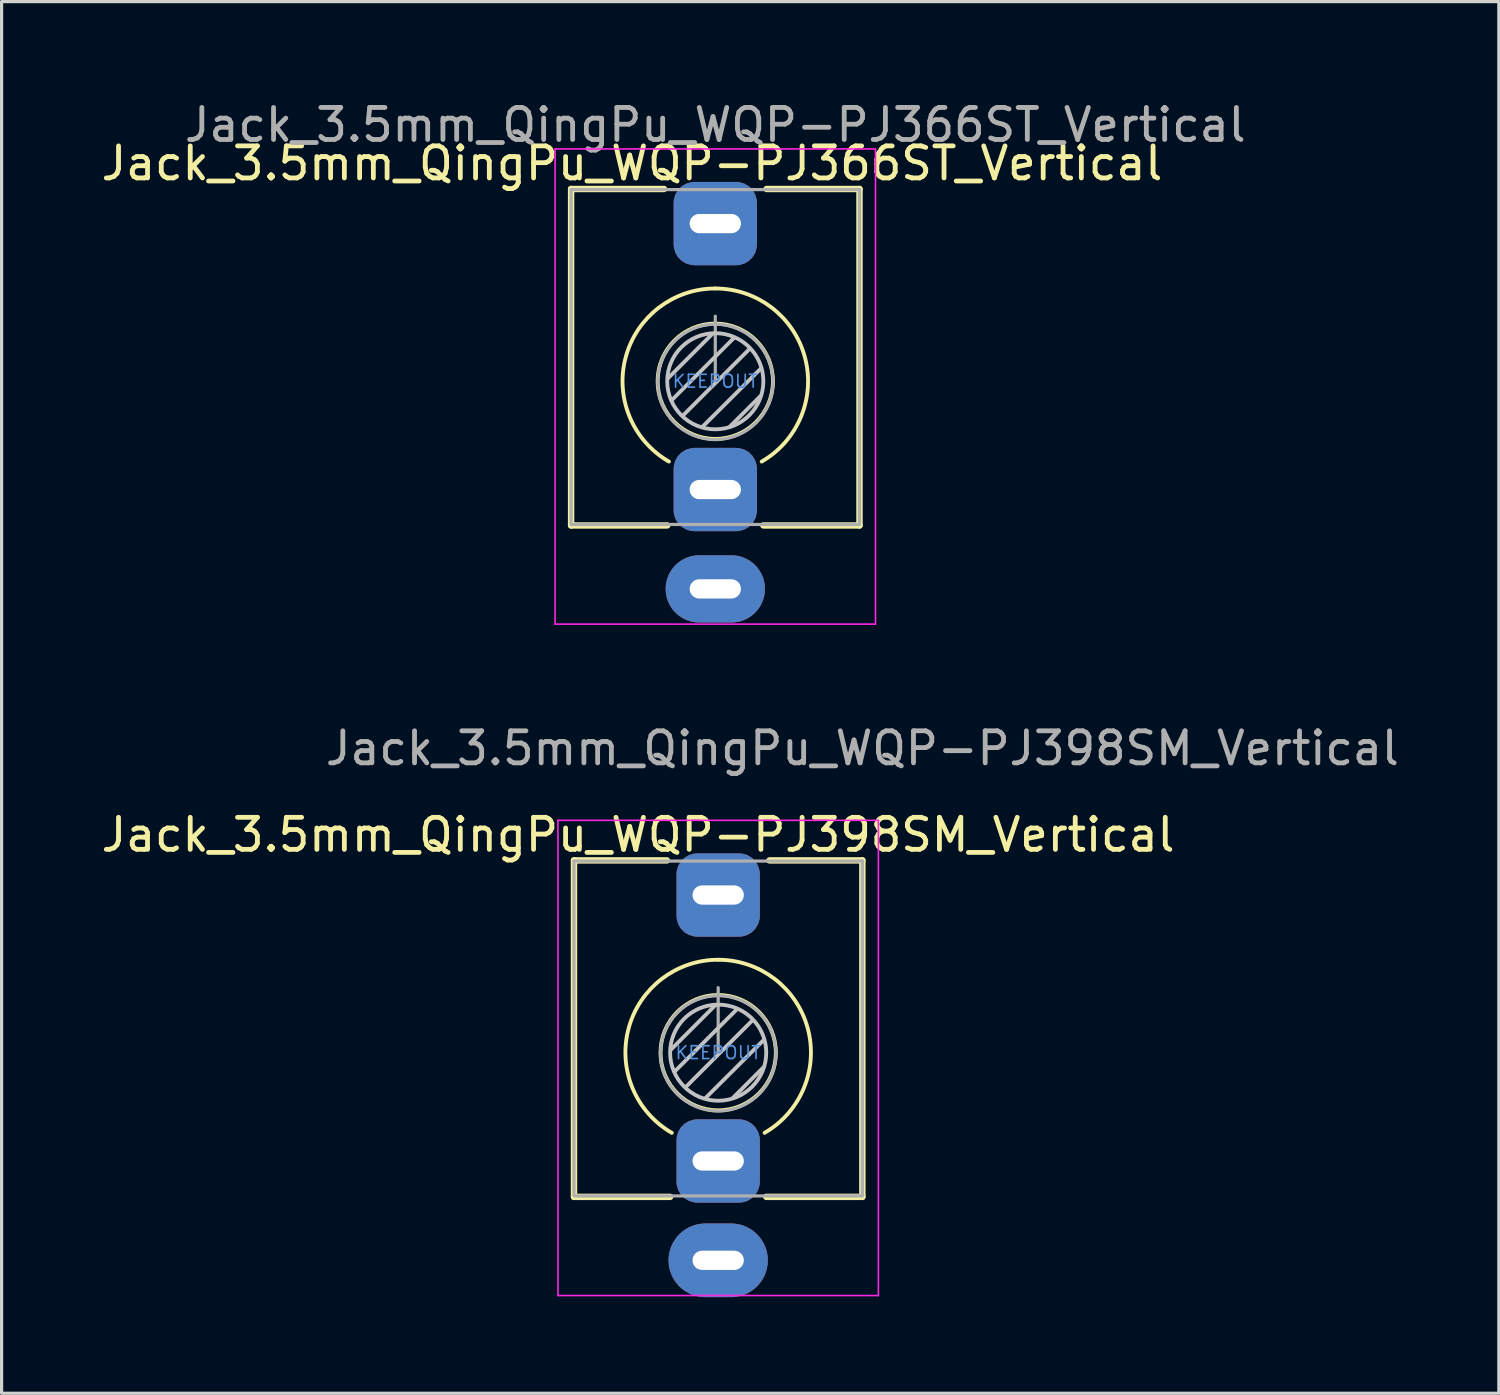
<source format=kicad_pcb>
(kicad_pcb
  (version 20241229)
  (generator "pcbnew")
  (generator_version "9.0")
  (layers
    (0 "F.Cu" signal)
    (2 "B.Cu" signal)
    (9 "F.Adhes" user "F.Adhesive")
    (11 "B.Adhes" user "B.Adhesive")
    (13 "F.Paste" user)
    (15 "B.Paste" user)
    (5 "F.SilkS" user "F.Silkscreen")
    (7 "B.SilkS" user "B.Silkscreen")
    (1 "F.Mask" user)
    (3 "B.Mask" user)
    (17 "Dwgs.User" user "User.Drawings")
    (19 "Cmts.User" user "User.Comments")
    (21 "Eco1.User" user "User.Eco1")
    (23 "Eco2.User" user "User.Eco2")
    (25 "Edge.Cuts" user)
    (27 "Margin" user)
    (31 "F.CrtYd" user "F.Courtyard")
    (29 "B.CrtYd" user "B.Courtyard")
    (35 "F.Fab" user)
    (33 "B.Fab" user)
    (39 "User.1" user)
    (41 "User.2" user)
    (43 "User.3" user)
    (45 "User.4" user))
  (footprint "Jack_3.5mm_QingPu_WQP-PJ398SM_Vertical"
    (layer "F.Cu")
    (at 19.363 29.802)
    (property "Reference" "Jack_3.5mm_QingPu_WQP-PJ398SM_Vertical" (at -2.5 -6.8 0) (layer "F.SilkS") (effects (font (size 1 1) (thickness 0.15))))
    (attr through_hole)
    (fp_line (start -4.5 -6) (end -1.6 -6) (stroke (width 0.2) (type solid)) (layer "F.SilkS"))
    (fp_line (start -4.5 4.5) (end -4.5 -6) (stroke (width 0.2) (type solid)) (layer "F.SilkS"))
    (fp_line (start -4.5 4.5) (end -1.5 4.5) (stroke (width 0.2) (type solid)) (layer "F.SilkS"))
    (fp_line (start 1.5 4.5) (end 4.5 4.5) (stroke (width 0.2) (type solid)) (layer "F.SilkS"))
    (fp_line (start 1.6 -6) (end 4.5 -6) (stroke (width 0.2) (type solid)) (layer "F.SilkS"))
    (fp_line (start 4.5 4.5) (end 4.5 -6) (stroke (width 0.2) (type solid)) (layer "F.SilkS"))
    (fp_arc (start -1.4475 2.5021) (mid -2.796313 -0.754293) (end 0.000022 -2.899962) (stroke (width 0.12) (type solid)) (layer "F.SilkS"))
    (fp_arc (start 0 -2.9) (mid 2.796355 -0.754281) (end 1.4475 2.502144) (stroke (width 0.12) (type solid)) (layer "F.SilkS"))
    (fp_circle (center 0 0) (end -1.8 0) (stroke (width 0.12) (type solid)) (fill no) (layer "F.SilkS"))
    (fp_line (start -0.09 -1.48) (end -1.48 -0.09) (stroke (width 0.12) (type solid)) (layer "Dwgs.User"))
    (fp_line (start 0.58 -1.35) (end -1.36 0.59) (stroke (width 0.12) (type solid)) (layer "Dwgs.User"))
    (fp_line (start 1.07 -1.01) (end -1.01 1.07) (stroke (width 0.12) (type solid)) (layer "Dwgs.User"))
    (fp_line (start 1.41 0.46) (end 0.46 1.41) (stroke (width 0.12) (type solid)) (layer "Dwgs.User"))
    (fp_line (start 1.42 -0.395) (end -0.4 1.42) (stroke (width 0.12) (type solid)) (layer "Dwgs.User"))
    (fp_circle (center 0 0) (end -1.5 0) (stroke (width 0.12) (type solid)) (fill no) (layer "Dwgs.User"))
    (fp_line (start -5 -7.25) (end -5 7.58) (stroke (width 0.05) (type solid)) (layer "F.CrtYd"))
    (fp_line (start -5 -7.25) (end 5 -7.25) (stroke (width 0.05) (type solid)) (layer "F.CrtYd"))
    (fp_line (start -5 7.58) (end 5 7.58) (stroke (width 0.05) (type solid)) (layer "F.CrtYd"))
    (fp_line (start 5 -7.25) (end 5 7.58) (stroke (width 0.05) (type solid)) (layer "F.CrtYd"))
    (fp_line (start -4.5 -5.98) (end -4.5 4.42) (stroke (width 0.1) (type solid)) (layer "F.Fab"))
    (fp_line (start -4.5 -5.98) (end 4.5 -5.98) (stroke (width 0.1) (type solid)) (layer "F.Fab"))
    (fp_line (start -4.5 4.47) (end 4.5 4.47) (stroke (width 0.1) (type solid)) (layer "F.Fab"))
    (fp_line (start 0 0) (end 0 -2.03) (stroke (width 0.1) (type solid)) (layer "F.Fab"))
    (fp_line (start 4.5 -5.98) (end 4.5 4.42) (stroke (width 0.1) (type solid)) (layer "F.Fab"))
    (fp_circle (center 0 0.02) (end -1.8 0.02) (stroke (width 0.1) (type solid)) (fill no) (layer "F.Fab"))
    (fp_text user "KEEPOUT" (at 0 0 180) (layer "Cmts.User") (effects (font (size 0.4 0.4) (thickness 0.051))))
    (fp_text user "${REFERENCE}" (at 4.5 -9.5 0) (layer "F.Fab") (effects (font (size 1 1) (thickness 0.15))))
    (pad "S" thru_hole oval (at 0 6.48) (size 3.1 2.3) (drill oval 1.6 0.6) (layers "*.Cu" "*.Mask"))
    (pad "T" thru_hole roundrect (at 0 -4.92) (size 2.6 2.6) (drill oval 1.6 0.6) (layers "*.Cu" "*.Mask") (roundrect_rratio 0.25))
    (pad "TN" thru_hole roundrect (at 0 3.38) (size 2.6 2.6) (drill oval 1.6 0.6) (layers "*.Cu" "*.Mask") (roundrect_rratio 0.25)))
  (footprint "Jack_3.5mm_QingPu_WQP-PJ366ST_Vertical"
    (layer "F.Cu")
    (at 19.273 8.848)
    (property "Reference" "Jack_3.5mm_QingPu_WQP-PJ366ST_Vertical" (at -2.6 -6.8 0) (layer "F.SilkS") (effects (font (size 1 1) (thickness 0.15))))
    (attr through_hole)
    (fp_line (start -4.5 -6) (end -1.6 -6) (stroke (width 0.2) (type solid)) (layer "F.SilkS"))
    (fp_line (start -4.5 4.5) (end -4.5 -6) (stroke (width 0.2) (type solid)) (layer "F.SilkS"))
    (fp_line (start -4.5 4.5) (end -1.5 4.5) (stroke (width 0.2) (type solid)) (layer "F.SilkS"))
    (fp_line (start 1.5 4.5) (end 4.5 4.5) (stroke (width 0.2) (type solid)) (layer "F.SilkS"))
    (fp_line (start 1.6 -6) (end 4.5 -6) (stroke (width 0.2) (type solid)) (layer "F.SilkS"))
    (fp_line (start 4.5 4.5) (end 4.5 -6) (stroke (width 0.2) (type solid)) (layer "F.SilkS"))
    (fp_arc (start -1.4475 2.5071) (mid -2.796313 -0.749293) (end 0.000022 -2.894962) (stroke (width 0.12) (type solid)) (layer "F.SilkS"))
    (fp_arc (start 0 -2.895) (mid 2.796355 -0.749281) (end 1.4475 2.507144) (stroke (width 0.12) (type solid)) (layer "F.SilkS"))
    (fp_circle (center 0 0) (end -1.8 0) (stroke (width 0.12) (type solid)) (fill no) (layer "F.SilkS"))
    (fp_line (start -0.09 -1.48) (end -1.48 -0.09) (stroke (width 0.12) (type solid)) (layer "Dwgs.User"))
    (fp_line (start 0.58 -1.35) (end -1.36 0.59) (stroke (width 0.12) (type solid)) (layer "Dwgs.User"))
    (fp_line (start 1.07 -1.01) (end -1.01 1.07) (stroke (width 0.12) (type solid)) (layer "Dwgs.User"))
    (fp_line (start 1.41 0.46) (end 0.46 1.41) (stroke (width 0.12) (type solid)) (layer "Dwgs.User"))
    (fp_line (start 1.42 -0.395) (end -0.4 1.42) (stroke (width 0.12) (type solid)) (layer "Dwgs.User"))
    (fp_circle (center 0 0) (end -1.5 0) (stroke (width 0.12) (type solid)) (fill no) (layer "Dwgs.User"))
    (fp_line (start -5 -7.25) (end -5 7.58) (stroke (width 0.05) (type solid)) (layer "F.CrtYd"))
    (fp_line (start -5 -7.25) (end 5 -7.25) (stroke (width 0.05) (type solid)) (layer "F.CrtYd"))
    (fp_line (start -5 7.58) (end 5 7.58) (stroke (width 0.05) (type solid)) (layer "F.CrtYd"))
    (fp_line (start 5 -7.25) (end 5 7.58) (stroke (width 0.05) (type solid)) (layer "F.CrtYd"))
    (fp_line (start -4.5 -5.98) (end -4.5 4.42) (stroke (width 0.1) (type solid)) (layer "F.Fab"))
    (fp_line (start -4.5 -5.98) (end 4.5 -5.98) (stroke (width 0.1) (type solid)) (layer "F.Fab"))
    (fp_line (start -4.5 4.47) (end 4.5 4.47) (stroke (width 0.1) (type solid)) (layer "F.Fab"))
    (fp_line (start 0 0) (end 0 -2.03) (stroke (width 0.1) (type solid)) (layer "F.Fab"))
    (fp_line (start 4.5 -5.98) (end 4.5 4.42) (stroke (width 0.1) (type solid)) (layer "F.Fab"))
    (fp_circle (center 0 0.02) (end -1.8 0.02) (stroke (width 0.1) (type solid)) (fill no) (layer "F.Fab"))
    (fp_text user "KEEPOUT" (at 0 0 180) (layer "Cmts.User") (effects (font (size 0.4 0.4) (thickness 0.051))))
    (fp_text user "${REFERENCE}" (at 0 -8 0) (layer "F.Fab") (effects (font (size 1 1) (thickness 0.15))))
    (pad "R" thru_hole roundrect (at 0 3.38) (size 2.6 2.6) (drill oval 1.6 0.6) (layers "*.Cu" "*.Mask") (roundrect_rratio 0.25))
    (pad "S" thru_hole oval (at 0 6.48) (size 3.1 2.1) (drill oval 1.6 0.6) (layers "*.Cu" "*.Mask"))
    (pad "T" thru_hole roundrect (at 0 -4.92) (size 2.6 2.6) (drill oval 1.6 0.6) (layers "*.Cu" "*.Mask") (roundrect_rratio 0.25)))
  (gr_rect
    (start -3 -3)
    (end 43.726 40.431)
    (stroke (width 0.1) (type default))
    (fill no)
    (layer "Edge.Cuts")))
</source>
